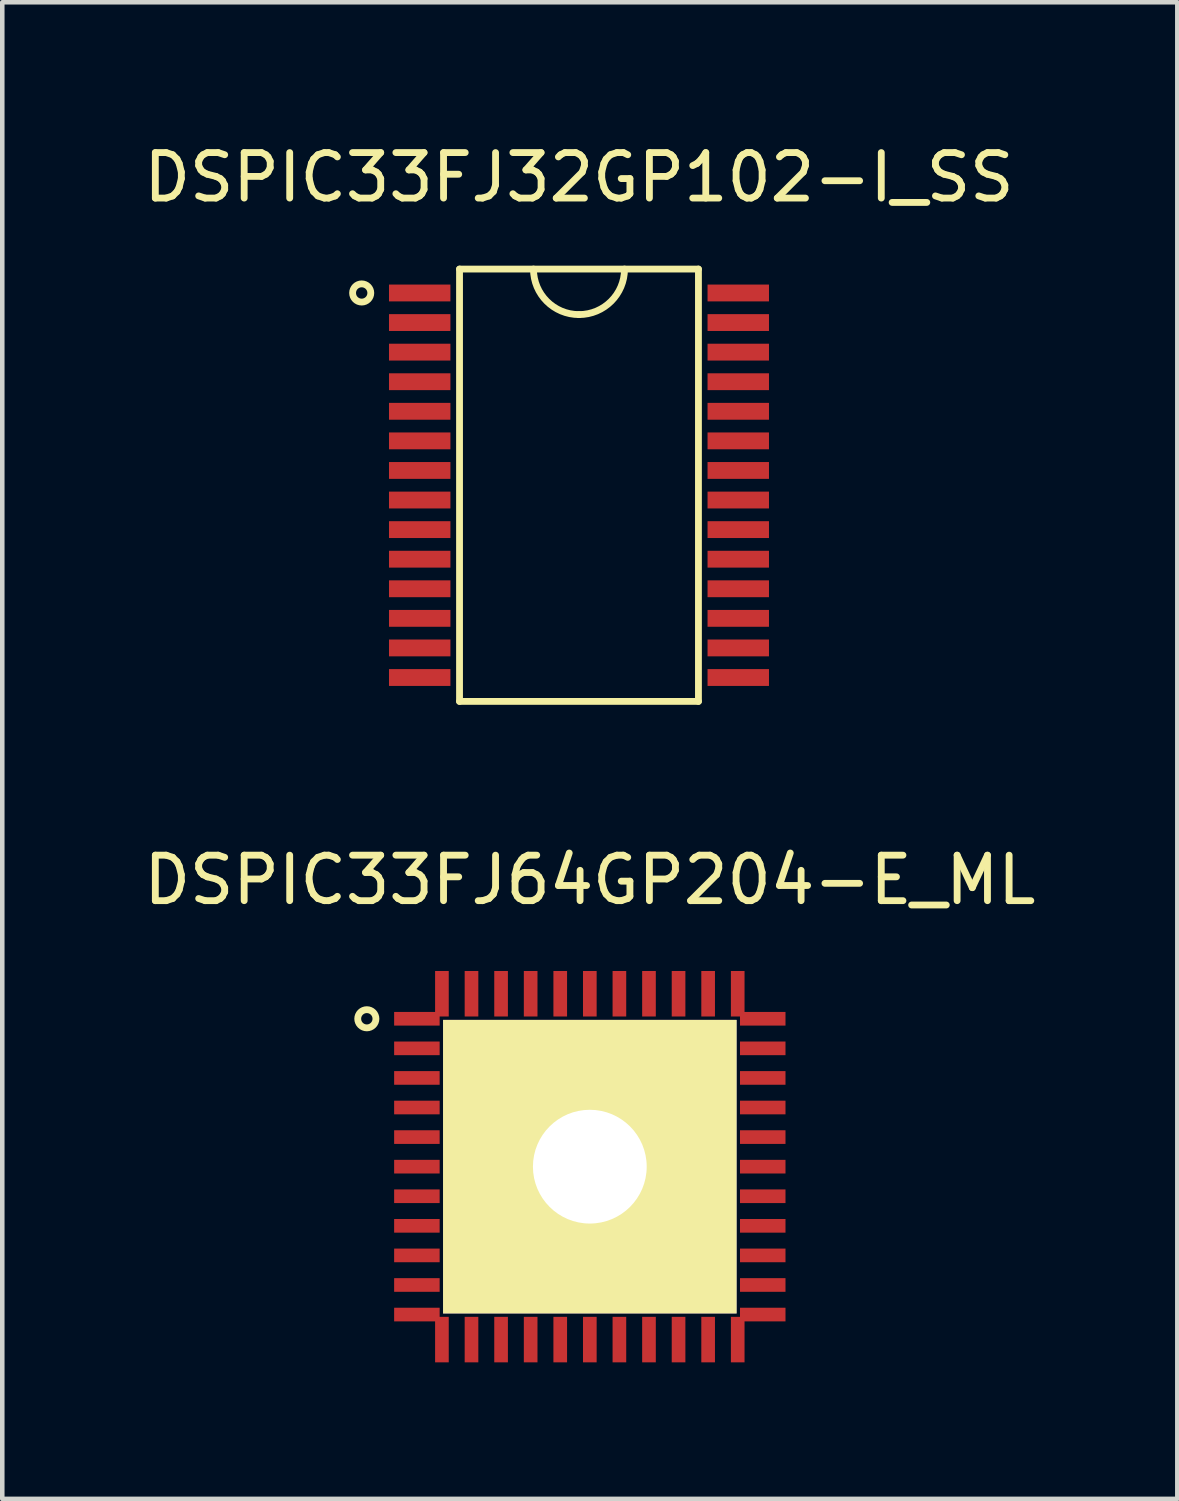
<source format=kicad_pcb>
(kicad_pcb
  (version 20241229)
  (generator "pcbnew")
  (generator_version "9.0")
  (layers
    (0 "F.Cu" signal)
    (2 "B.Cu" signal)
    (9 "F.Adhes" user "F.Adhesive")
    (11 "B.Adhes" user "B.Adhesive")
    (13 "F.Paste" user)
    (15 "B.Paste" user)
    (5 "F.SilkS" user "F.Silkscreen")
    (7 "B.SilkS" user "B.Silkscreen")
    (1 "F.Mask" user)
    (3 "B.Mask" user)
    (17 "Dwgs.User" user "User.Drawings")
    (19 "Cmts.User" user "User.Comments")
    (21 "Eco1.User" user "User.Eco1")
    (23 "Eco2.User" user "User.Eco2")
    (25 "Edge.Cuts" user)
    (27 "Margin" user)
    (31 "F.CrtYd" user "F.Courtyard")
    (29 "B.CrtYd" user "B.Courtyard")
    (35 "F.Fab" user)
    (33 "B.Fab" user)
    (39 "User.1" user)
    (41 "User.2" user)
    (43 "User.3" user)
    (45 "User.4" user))
  (footprint "DSPIC33FJ32GP102-I_SS"
    (layer "F.Cu")
    (at 6.173 3.388)
    (property "Reference" "DSPIC33FJ32GP102-I_SS" (at 3.5 -2.54 0) (layer "F.SilkS") (effects (font (size 1 1) (thickness 0.15))))
    (attr through_hole)
    (fp_line (start 0.875 -0.525) (end 6.125 -0.525) (stroke (width 0.15) (type solid)) (layer "F.SilkS"))
    (fp_line (start 0.875 8.975) (end 0.875 -0.525) (stroke (width 0.15) (type solid)) (layer "F.SilkS"))
    (fp_line (start 6.125 -0.525) (end 6.125 8.975) (stroke (width 0.15) (type solid)) (layer "F.SilkS"))
    (fp_line (start 6.125 8.975) (end 0.875 8.975) (stroke (width 0.15) (type solid)) (layer "F.SilkS"))
    (fp_arc (start 3.5 0.475) (mid 2.792893 0.182107) (end 2.5 -0.525) (stroke (width 0.15) (type solid)) (layer "F.SilkS"))
    (fp_arc (start 4.5 -0.525) (mid 4.207107 0.182107) (end 3.5 0.475) (stroke (width 0.15) (type solid)) (layer "F.SilkS"))
    (fp_circle (center -1.275 0) (end -1.275 0.2) (stroke (width 0.15) (type solid)) (fill no) (layer "F.SilkS"))
    (pad "1" smd rect (at 0 0) (size 1.35 0.37) (layers "F.Cu" "F.Mask" "F.Paste"))
    (pad "2" smd rect (at 0 0.65) (size 1.35 0.37) (layers "F.Cu" "F.Mask" "F.Paste"))
    (pad "3" smd rect (at 0 1.3) (size 1.35 0.37) (layers "F.Cu" "F.Mask" "F.Paste"))
    (pad "4" smd rect (at 0 1.95) (size 1.35 0.37) (layers "F.Cu" "F.Mask" "F.Paste"))
    (pad "5" smd rect (at 0 2.6) (size 1.35 0.37) (layers "F.Cu" "F.Mask" "F.Paste"))
    (pad "6" smd rect (at 0 3.25) (size 1.35 0.37) (layers "F.Cu" "F.Mask" "F.Paste"))
    (pad "7" smd rect (at 0 3.9) (size 1.35 0.37) (layers "F.Cu" "F.Mask" "F.Paste"))
    (pad "8" smd rect (at 0 4.55) (size 1.35 0.37) (layers "F.Cu" "F.Mask" "F.Paste"))
    (pad "9" smd rect (at 0 5.2) (size 1.35 0.37) (layers "F.Cu" "F.Mask" "F.Paste"))
    (pad "10" smd rect (at 0 5.85) (size 1.35 0.37) (layers "F.Cu" "F.Mask" "F.Paste"))
    (pad "11" smd rect (at 0 6.5) (size 1.35 0.37) (layers "F.Cu" "F.Mask" "F.Paste"))
    (pad "12" smd rect (at 0 7.15) (size 1.35 0.37) (layers "F.Cu" "F.Mask" "F.Paste"))
    (pad "13" smd rect (at 0 7.8) (size 1.35 0.37) (layers "F.Cu" "F.Mask" "F.Paste"))
    (pad "14" smd rect (at 0 8.45) (size 1.35 0.37) (layers "F.Cu" "F.Mask" "F.Paste"))
    (pad "15" smd rect (at 7 8.45) (size 1.35 0.37) (layers "F.Cu" "F.Mask" "F.Paste"))
    (pad "16" smd rect (at 7 7.8) (size 1.35 0.37) (layers "F.Cu" "F.Mask" "F.Paste"))
    (pad "17" smd rect (at 7 7.15) (size 1.35 0.37) (layers "F.Cu" "F.Mask" "F.Paste"))
    (pad "18" smd rect (at 7 6.5) (size 1.35 0.37) (layers "F.Cu" "F.Mask" "F.Paste"))
    (pad "19" smd rect (at 7 5.85) (size 1.35 0.37) (layers "F.Cu" "F.Mask" "F.Paste"))
    (pad "20" smd rect (at 7 5.2) (size 1.35 0.37) (layers "F.Cu" "F.Mask" "F.Paste"))
    (pad "21" smd rect (at 7 4.55) (size 1.35 0.37) (layers "F.Cu" "F.Mask" "F.Paste"))
    (pad "22" smd rect (at 7 3.9) (size 1.35 0.37) (layers "F.Cu" "F.Mask" "F.Paste"))
    (pad "23" smd rect (at 7 3.25) (size 1.35 0.37) (layers "F.Cu" "F.Mask" "F.Paste"))
    (pad "24" smd rect (at 7 2.6) (size 1.35 0.37) (layers "F.Cu" "F.Mask" "F.Paste"))
    (pad "25" smd rect (at 7 1.95) (size 1.35 0.37) (layers "F.Cu" "F.Mask" "F.Paste"))
    (pad "26" smd rect (at 7 1.3) (size 1.35 0.37) (layers "F.Cu" "F.Mask" "F.Paste"))
    (pad "27" smd rect (at 7 0.65) (size 1.35 0.37) (layers "F.Cu" "F.Mask" "F.Paste"))
    (pad "28" smd rect (at 7 0) (size 1.35 0.37) (layers "F.Cu" "F.Mask" "F.Paste")))
  (footprint "DSPIC33FJ64GP204-E_ML"
    (layer "F.Cu")
    (at 6.111 18.787)
    (property "Reference" "DSPIC33FJ64GP204-E_ML" (at 3.8 -2.5 0) (layer "F.SilkS") (effects (font (size 1 1) (thickness 0.15))))
    (attr through_hole)
    (fp_line (start 0.7 0.7) (end 0.7 6.9) (stroke (width 0.15) (type solid)) (layer "F.SilkS"))
    (fp_line (start 0.7 0.7) (end 6.9 0.7) (stroke (width 0.15) (type solid)) (layer "F.SilkS"))
    (fp_line (start 0.7 6.9) (end 6.9 6.9) (stroke (width 0.15) (type solid)) (layer "F.SilkS"))
    (fp_line (start 6.9 6.9) (end 6.9 0.7) (stroke (width 0.15) (type solid)) (layer "F.SilkS"))
    (fp_circle (center -1.1 0.55) (end -1.1 0.35) (stroke (width 0.15) (type solid)) (fill no) (layer "F.SilkS"))
    (fp_circle (center 1.7 1.7) (end 1.7 1.2) (stroke (width 0.15) (type solid)) (fill no) (layer "F.SilkS"))
    (pad "1" smd rect (at 0 0.55) (size 1 0.3) (layers "F.Cu" "F.Mask" "F.Paste"))
    (pad "2" smd rect (at 0 1.2) (size 1 0.3) (layers "F.Cu" "F.Mask" "F.Paste"))
    (pad "3" smd rect (at 0 1.85) (size 1 0.3) (layers "F.Cu" "F.Mask" "F.Paste"))
    (pad "4" smd rect (at 0 2.5) (size 1 0.3) (layers "F.Cu" "F.Mask" "F.Paste"))
    (pad "5" smd rect (at 0 3.15) (size 1 0.3) (layers "F.Cu" "F.Mask" "F.Paste"))
    (pad "6" smd rect (at 0 3.8) (size 1 0.3) (layers "F.Cu" "F.Mask" "F.Paste"))
    (pad "7" smd rect (at 0 4.45) (size 1 0.3) (layers "F.Cu" "F.Mask" "F.Paste"))
    (pad "8" smd rect (at 0 5.1) (size 1 0.3) (layers "F.Cu" "F.Mask" "F.Paste"))
    (pad "9" smd rect (at 0 5.75) (size 1 0.3) (layers "F.Cu" "F.Mask" "F.Paste"))
    (pad "10" smd rect (at 0 6.4) (size 1 0.3) (layers "F.Cu" "F.Mask" "F.Paste"))
    (pad "11" smd rect (at 0 7.05) (size 1 0.3) (layers "F.Cu" "F.Mask" "F.Paste"))
    (pad "12" smd rect (at 0.55 7.6) (size 0.3 1) (layers "F.Cu" "F.Mask" "F.Paste"))
    (pad "13" smd rect (at 1.2 7.6) (size 0.3 1) (layers "F.Cu" "F.Mask" "F.Paste"))
    (pad "14" smd rect (at 1.85 7.6) (size 0.3 1) (layers "F.Cu" "F.Mask" "F.Paste"))
    (pad "15" smd rect (at 2.5 7.6) (size 0.3 1) (layers "F.Cu" "F.Mask" "F.Paste"))
    (pad "16" smd rect (at 3.15 7.6) (size 0.3 1) (layers "F.Cu" "F.Mask" "F.Paste"))
    (pad "17" smd rect (at 3.8 7.6) (size 0.3 1) (layers "F.Cu" "F.Mask" "F.Paste"))
    (pad "18" smd rect (at 4.45 7.6) (size 0.3 1) (layers "F.Cu" "F.Mask" "F.Paste"))
    (pad "19" smd rect (at 5.1 7.6) (size 0.3 1) (layers "F.Cu" "F.Mask" "F.Paste"))
    (pad "20" smd rect (at 5.75 7.6) (size 0.3 1) (layers "F.Cu" "F.Mask" "F.Paste"))
    (pad "21" smd rect (at 6.4 7.6) (size 0.3 1) (layers "F.Cu" "F.Mask" "F.Paste"))
    (pad "22" smd rect (at 7.05 7.6) (size 0.3 1) (layers "F.Cu" "F.Mask" "F.Paste"))
    (pad "23" smd rect (at 7.6 7.05) (size 1 0.3) (layers "F.Cu" "F.Mask" "F.Paste"))
    (pad "24" smd rect (at 7.6 6.4) (size 1 0.3) (layers "F.Cu" "F.Mask" "F.Paste"))
    (pad "25" smd rect (at 7.6 5.75) (size 1 0.3) (layers "F.Cu" "F.Mask" "F.Paste"))
    (pad "26" smd rect (at 7.6 5.1) (size 1 0.3) (layers "F.Cu" "F.Mask" "F.Paste"))
    (pad "27" smd rect (at 7.6 4.45) (size 1 0.3) (layers "F.Cu" "F.Mask" "F.Paste"))
    (pad "28" smd rect (at 7.6 3.8) (size 1 0.3) (layers "F.Cu" "F.Mask" "F.Paste"))
    (pad "29" smd rect (at 7.6 3.15) (size 1 0.3) (layers "F.Cu" "F.Mask" "F.Paste"))
    (pad "30" smd rect (at 7.6 2.5) (size 1 0.3) (layers "F.Cu" "F.Mask" "F.Paste"))
    (pad "31" smd rect (at 7.6 1.85) (size 1 0.3) (layers "F.Cu" "F.Mask" "F.Paste"))
    (pad "32" smd rect (at 7.6 1.2) (size 1 0.3) (layers "F.Cu" "F.Mask" "F.Paste"))
    (pad "33" smd rect (at 7.6 0.55) (size 1 0.3) (layers "F.Cu" "F.Mask" "F.Paste"))
    (pad "34" smd rect (at 7.05 0) (size 0.3 1) (layers "F.Cu" "F.Mask" "F.Paste"))
    (pad "35" smd rect (at 6.4 0) (size 0.3 1) (layers "F.Cu" "F.Mask" "F.Paste"))
    (pad "36" smd rect (at 5.75 0) (size 0.3 1) (layers "F.Cu" "F.Mask" "F.Paste"))
    (pad "37" smd rect (at 5.1 0) (size 0.3 1) (layers "F.Cu" "F.Mask" "F.Paste"))
    (pad "38" smd rect (at 4.45 0) (size 0.3 1) (layers "F.Cu" "F.Mask" "F.Paste"))
    (pad "39" smd rect (at 3.8 0) (size 0.3 1) (layers "F.Cu" "F.Mask" "F.Paste"))
    (pad "40" smd rect (at 3.15 0) (size 0.3 1) (layers "F.Cu" "F.Mask" "F.Paste"))
    (pad "41" smd rect (at 2.5 0) (size 0.3 1) (layers "F.Cu" "F.Mask" "F.Paste"))
    (pad "42" smd rect (at 1.85 0) (size 0.3 1) (layers "F.Cu" "F.Mask" "F.Paste"))
    (pad "43" smd rect (at 1.2 0) (size 0.3 1) (layers "F.Cu" "F.Mask" "F.Paste"))
    (pad "44" smd rect (at 0.55 0) (size 0.3 1) (layers "F.Cu" "F.Mask" "F.Paste"))
    (pad "999" thru_hole rect (at 3.8 3.8) (size 6.45 6.45) (drill 2.5) (layers "*.Cu" "*.Mask" "F.SilkS")))
  (gr_rect
    (start -3 -3)
    (end 22.821 29.887)
    (stroke (width 0.1) (type default))
    (fill no)
    (layer "Edge.Cuts")))
</source>
